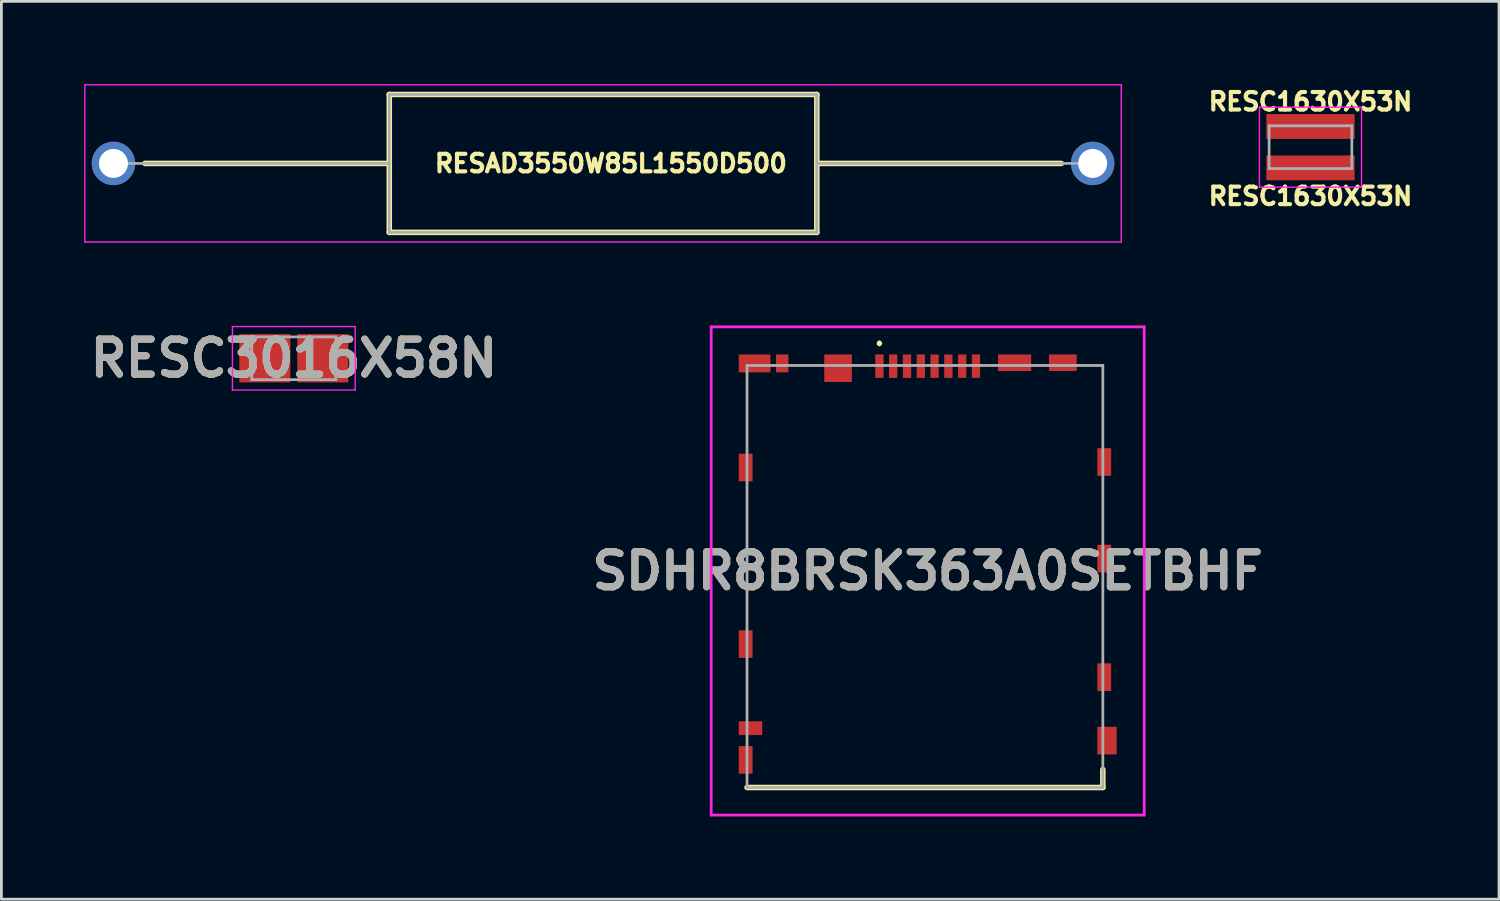
<source format=kicad_pcb>
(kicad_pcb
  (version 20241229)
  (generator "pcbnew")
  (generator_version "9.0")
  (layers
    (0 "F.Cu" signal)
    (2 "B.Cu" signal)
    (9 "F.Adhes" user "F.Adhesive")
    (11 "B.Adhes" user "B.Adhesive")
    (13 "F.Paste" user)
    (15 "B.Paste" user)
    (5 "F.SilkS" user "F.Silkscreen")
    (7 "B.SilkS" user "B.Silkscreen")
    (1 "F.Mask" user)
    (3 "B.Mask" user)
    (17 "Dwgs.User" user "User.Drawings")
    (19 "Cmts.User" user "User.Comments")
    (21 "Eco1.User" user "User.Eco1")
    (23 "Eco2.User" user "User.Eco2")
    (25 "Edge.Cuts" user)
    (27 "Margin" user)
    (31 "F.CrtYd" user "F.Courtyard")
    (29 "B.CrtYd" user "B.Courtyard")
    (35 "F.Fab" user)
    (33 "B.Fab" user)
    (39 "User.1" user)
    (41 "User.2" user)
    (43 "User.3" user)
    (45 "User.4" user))
  (footprint "RESC3016X58N"
    (layer "F.Cu")
    (at 7.602 9.939)
    (property "Reference" "RESC3016X58N" (at 0 0 0) (layer "F.SilkS") (effects (font (size 1.27 1.27) (thickness 0.254))))
    (attr smd)
    (fp_line (start -2.225 -1.15) (end 2.225 -1.15) (stroke (width 0.05) (type solid)) (layer "F.CrtYd"))
    (fp_line (start -2.225 1.15) (end -2.225 -1.15) (stroke (width 0.05) (type solid)) (layer "F.CrtYd"))
    (fp_line (start 2.225 -1.15) (end 2.225 1.15) (stroke (width 0.05) (type solid)) (layer "F.CrtYd"))
    (fp_line (start 2.225 1.15) (end -2.225 1.15) (stroke (width 0.05) (type solid)) (layer "F.CrtYd"))
    (fp_line (start -1.525 -0.775) (end 1.525 -0.775) (stroke (width 0.1) (type solid)) (layer "F.Fab"))
    (fp_line (start -1.525 0.775) (end -1.525 -0.775) (stroke (width 0.1) (type solid)) (layer "F.Fab"))
    (fp_line (start 1.525 -0.775) (end 1.525 0.775) (stroke (width 0.1) (type solid)) (layer "F.Fab"))
    (fp_line (start 1.525 0.775) (end -1.525 0.775) (stroke (width 0.1) (type solid)) (layer "F.Fab"))
    (fp_text user "${REFERENCE}" (at 0 0 0) (layer "F.Fab") (effects (font (size 1.27 1.27) (thickness 0.254))))
    (pad "1" smd rect (at -1.05 0 90) (size 1.75 1.85) (layers "F.Cu" "F.Mask" "F.Paste"))
    (pad "2" smd rect (at 1.05 0 90) (size 1.75 1.85) (layers "F.Cu" "F.Mask" "F.Paste")))
  (footprint "RESAD3550W85L1550D500"
    (layer "F.Cu")
    (at 1.063 2.875)
    (property "Reference" "RESAD3550W85L1550D500" (at 18.034 0 0) (layer "F.SilkS") (effects (font (size 0.635 0.635) (thickness 0.15) (bold yes))))
    (attr through_hole)
    (fp_line (start 1.138 0) (end 10 0) (stroke (width 0.2) (type solid)) (layer "F.SilkS"))
    (fp_line (start 10 -2.5) (end 25.5 -2.5) (stroke (width 0.2) (type solid)) (layer "F.SilkS"))
    (fp_line (start 10 2.5) (end 10 -2.5) (stroke (width 0.2) (type solid)) (layer "F.SilkS"))
    (fp_line (start 25.5 -2.5) (end 25.5 2.5) (stroke (width 0.2) (type solid)) (layer "F.SilkS"))
    (fp_line (start 25.5 0) (end 34.362 0) (stroke (width 0.2) (type solid)) (layer "F.SilkS"))
    (fp_line (start 25.5 2.5) (end 10 2.5) (stroke (width 0.2) (type solid)) (layer "F.SilkS"))
    (fp_line (start -1.038 -2.85) (end 36.537 -2.85) (stroke (width 0.05) (type solid)) (layer "F.CrtYd"))
    (fp_line (start -1.038 2.85) (end -1.038 -2.85) (stroke (width 0.05) (type solid)) (layer "F.CrtYd"))
    (fp_line (start 36.537 -2.85) (end 36.537 2.85) (stroke (width 0.05) (type solid)) (layer "F.CrtYd"))
    (fp_line (start 36.537 2.85) (end -1.038 2.85) (stroke (width 0.05) (type solid)) (layer "F.CrtYd"))
    (fp_line (start 0 0) (end 10 0) (stroke (width 0.1) (type solid)) (layer "F.Fab"))
    (fp_line (start 10 -2.5) (end 25.5 -2.5) (stroke (width 0.1) (type solid)) (layer "F.Fab"))
    (fp_line (start 10 2.5) (end 10 -2.5) (stroke (width 0.1) (type solid)) (layer "F.Fab"))
    (fp_line (start 25.5 -2.5) (end 25.5 2.5) (stroke (width 0.1) (type solid)) (layer "F.Fab"))
    (fp_line (start 25.5 0) (end 35.5 0) (stroke (width 0.1) (type solid)) (layer "F.Fab"))
    (fp_line (start 25.5 2.5) (end 10 2.5) (stroke (width 0.1) (type solid)) (layer "F.Fab"))
    (pad "1" thru_hole circle (at 0 0) (size 1.575 1.575) (drill 1.05) (layers "*.Cu" "*.Mask"))
    (pad "2" thru_hole circle (at 35.5 0) (size 1.575 1.575) (drill 1.05) (layers "*.Cu" "*.Mask")))
  (footprint "SDHR8BRSK363A0SETBHF"
    (layer "F.Cu")
    (at 30.483 17.85)
    (property "Reference" "SDHR8BRSK363A0SETBHF" (at 0.1 -0.2 0) (layer "F.SilkS") (effects (font (size 1.27 1.27) (thickness 0.254))))
    (attr smd)
    (fp_line (start -6.45 7.65) (end 6.45 7.65) (stroke (width 0.2) (type solid)) (layer "F.SilkS"))
    (fp_line (start -1.65 -8.5) (end -1.65 -8.5) (stroke (width 0.1) (type solid)) (layer "F.SilkS"))
    (fp_line (start -1.65 -8.4) (end -1.65 -8.4) (stroke (width 0.1) (type solid)) (layer "F.SilkS"))
    (fp_line (start 6.45 7.65) (end 6.45 7) (stroke (width 0.2) (type solid)) (layer "F.SilkS"))
    (fp_arc (start -1.65 -8.5) (mid -1.6 -8.45) (end -1.65 -8.4) (stroke (width 0.1) (type solid)) (layer "F.SilkS"))
    (fp_arc (start -1.65 -8.4) (mid -1.7 -8.45) (end -1.65 -8.5) (stroke (width 0.1) (type solid)) (layer "F.SilkS"))
    (fp_line (start -7.75 -9.05) (end 7.95 -9.05) (stroke (width 0.1) (type solid)) (layer "F.CrtYd"))
    (fp_line (start -7.75 8.65) (end -7.75 -9.05) (stroke (width 0.1) (type solid)) (layer "F.CrtYd"))
    (fp_line (start 7.95 -9.05) (end 7.95 8.65) (stroke (width 0.1) (type solid)) (layer "F.CrtYd"))
    (fp_line (start 7.95 8.65) (end -7.75 8.65) (stroke (width 0.1) (type solid)) (layer "F.CrtYd"))
    (fp_line (start -6.45 -7.65) (end 6.45 -7.65) (stroke (width 0.1) (type solid)) (layer "F.Fab"))
    (fp_line (start -6.45 7.65) (end -6.45 -7.65) (stroke (width 0.1) (type solid)) (layer "F.Fab"))
    (fp_line (start 6.45 -7.65) (end 6.45 7.65) (stroke (width 0.1) (type solid)) (layer "F.Fab"))
    (fp_line (start 6.45 7.65) (end -6.45 7.65) (stroke (width 0.1) (type solid)) (layer "F.Fab"))
    (fp_text user "${REFERENCE}" (at 0.1 -0.2 0) (layer "F.Fab") (effects (font (size 1.27 1.27) (thickness 0.254))))
    (pad "1" smd rect (at -1.65 -7.625) (size 0.3 0.85) (layers "F.Cu" "F.Mask" "F.Paste"))
    (pad "2" smd rect (at -1.15 -7.625) (size 0.3 0.85) (layers "F.Cu" "F.Mask" "F.Paste"))
    (pad "3" smd rect (at -0.65 -7.625) (size 0.3 0.85) (layers "F.Cu" "F.Mask" "F.Paste"))
    (pad "4" smd rect (at -0.15 -7.625) (size 0.3 0.85) (layers "F.Cu" "F.Mask" "F.Paste"))
    (pad "5" smd rect (at 0.35 -7.625) (size 0.3 0.85) (layers "F.Cu" "F.Mask" "F.Paste"))
    (pad "6" smd rect (at 0.85 -7.625) (size 0.3 0.85) (layers "F.Cu" "F.Mask" "F.Paste"))
    (pad "7" smd rect (at 1.35 -7.625) (size 0.3 0.85) (layers "F.Cu" "F.Mask" "F.Paste"))
    (pad "8" smd rect (at 1.85 -7.625) (size 0.3 0.85) (layers "F.Cu" "F.Mask" "F.Paste"))
    (pad "9" smd rect (at -3.15 -7.55) (size 1 1) (layers "F.Cu" "F.Mask" "F.Paste"))
    (pad "10" smd rect (at -5.175 -7.725) (size 0.45 0.65) (layers "F.Cu" "F.Mask" "F.Paste"))
    (pad "11" smd rect (at -6.175 -7.725 90) (size 0.65 1.15) (layers "F.Cu" "F.Mask" "F.Paste"))
    (pad "12" smd rect (at -6.5 -3.95) (size 0.5 1) (layers "F.Cu" "F.Mask" "F.Paste"))
    (pad "13" smd rect (at -6.5 2.45) (size 0.5 1) (layers "F.Cu" "F.Mask" "F.Paste"))
    (pad "14" smd rect (at -6.325 5.5 90) (size 0.5 0.85) (layers "F.Cu" "F.Mask" "F.Paste"))
    (pad "15" smd rect (at -6.5 6.65) (size 0.5 1) (layers "F.Cu" "F.Mask" "F.Paste"))
    (pad "16" smd rect (at 6.6 5.95) (size 0.7 1) (layers "F.Cu" "F.Mask" "F.Paste"))
    (pad "17" smd rect (at 6.5 3.65) (size 0.5 1) (layers "F.Cu" "F.Mask" "F.Paste"))
    (pad "18" smd rect (at 6.5 -0.65) (size 0.5 1) (layers "F.Cu" "F.Mask" "F.Paste"))
    (pad "19" smd rect (at 6.5 -4.15) (size 0.5 1) (layers "F.Cu" "F.Mask" "F.Paste"))
    (pad "20" smd rect (at 5 -7.75 90) (size 0.6 1) (layers "F.Cu" "F.Mask" "F.Paste"))
    (pad "21" smd rect (at 3.25 -7.75 90) (size 0.6 1.2) (layers "F.Cu" "F.Mask" "F.Paste")))
  (footprint "RESC1630X53N"
    (layer "F.Cu")
    (at 44.46 2.286)
    (property "Reference" "RESC1630X53N" (at 0 -1.651 0) (layer "F.SilkS") (effects (font (size 0.635 0.635) (thickness 0.15))))
    (property "Value" "RESC1630X53N" (at 0 0 0) (layer "F.SilkS") (hide yes) (effects (font (size 0.635 0.635) (thickness 0.15))))
    (property "Silkscreen" "${Value}" (at 0 1.778 0) (layer "F.SilkS") (effects (font (size 0.635 0.635) (thickness 0.15))))
    (attr smd)
    (fp_line (start -1.85 -1.45) (end 1.85 -1.45) (stroke (width 0.05) (type solid)) (layer "F.CrtYd"))
    (fp_line (start -1.85 1.45) (end -1.85 -1.45) (stroke (width 0.05) (type solid)) (layer "F.CrtYd"))
    (fp_line (start 1.85 -1.45) (end 1.85 1.45) (stroke (width 0.05) (type solid)) (layer "F.CrtYd"))
    (fp_line (start 1.85 1.45) (end -1.85 1.45) (stroke (width 0.05) (type solid)) (layer "F.CrtYd"))
    (fp_line (start -1.5 -0.775) (end 1.5 -0.775) (stroke (width 0.1) (type solid)) (layer "F.Fab"))
    (fp_line (start -1.5 0.775) (end -1.5 -0.775) (stroke (width 0.1) (type solid)) (layer "F.Fab"))
    (fp_line (start 1.5 -0.775) (end 1.5 0.775) (stroke (width 0.1) (type solid)) (layer "F.Fab"))
    (fp_line (start 1.5 0.775) (end -1.5 0.775) (stroke (width 0.1) (type solid)) (layer "F.Fab"))
    (pad "1" smd rect (at 0 -0.75 270) (size 0.9 3.2) (layers "F.Cu" "F.Mask" "F.Paste"))
    (pad "2" smd rect (at 0 0.75 270) (size 0.9 3.2) (layers "F.Cu" "F.Mask" "F.Paste")))
  (gr_rect
    (start -3 -3)
    (end 51.296 29.55)
    (stroke (width 0.1) (type default))
    (fill no)
    (layer "Edge.Cuts")))
</source>
